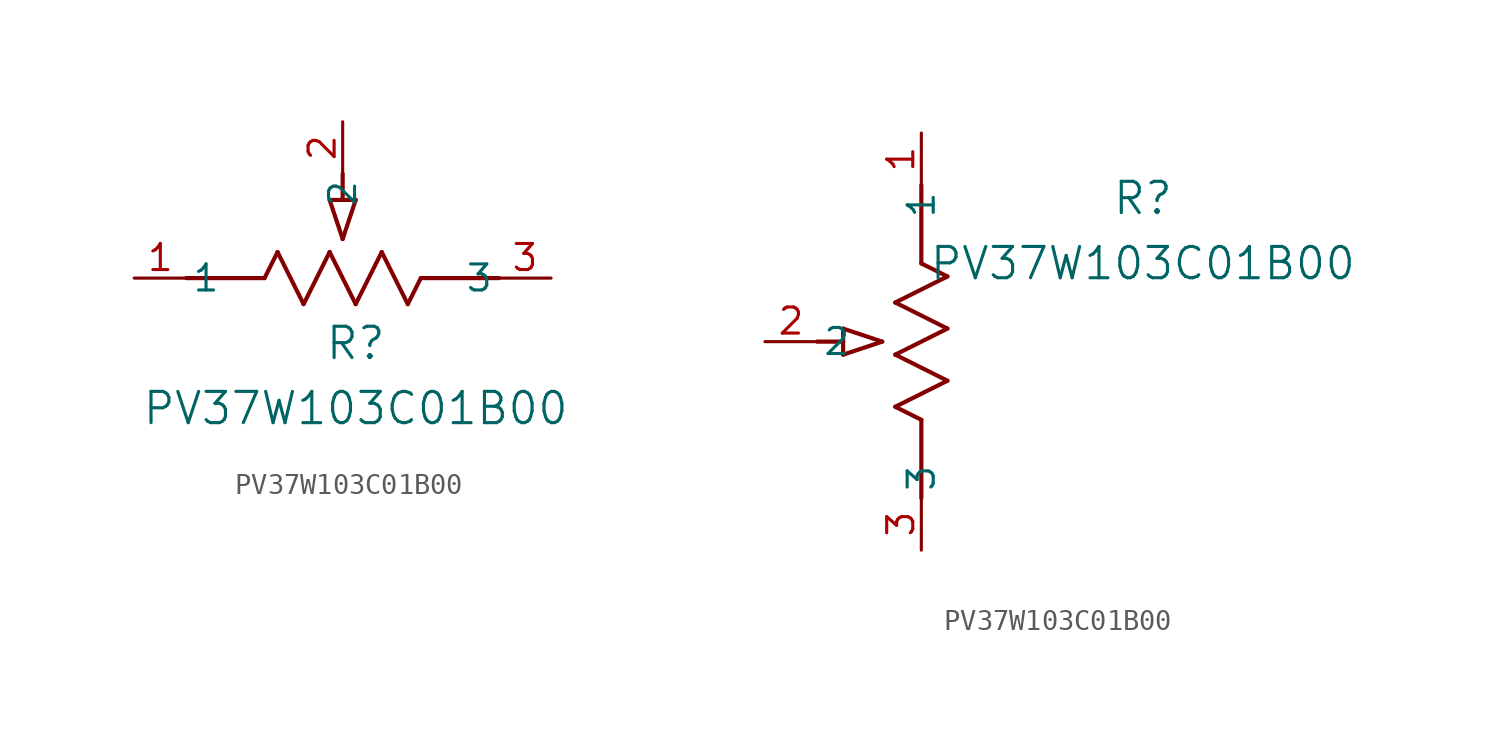
<source format=kicad_sym>
(kicad_symbol_lib
  (version 20211014)
  (generator kicad_symbol_editor)
  (symbol "PV37W103C01B00"
    (pin_names
      (offset 0.254))
    (property "Reference" "R"
      (at 10.795 -3.175 0)
      (effects (font (size 1.524 1.524))))
    (property "Value" "PV37W103C01B00"
      (at 10.795 -6.35 0)
      (effects (font (size 1.524 1.524))))
    (symbol "PV37W103C01B00_1_1"
      (polyline (pts (xy 9.525 3.81) (xy 10.16 1.905)) (stroke (width 0.203) (type default) (color 0 0 0 0)) (fill (type none)))
      (polyline (pts (xy 10.795 3.81) (xy 10.16 1.905)) (stroke (width 0.203) (type default) (color 0 0 0 0)) (fill (type none)))
      (polyline (pts (xy 9.525 3.81) (xy 10.795 3.81)) (stroke (width 0.203) (type default) (color 0 0 0 0)) (fill (type none)))
      (polyline (pts (xy 10.16 3.81) (xy 10.16 5.08)) (stroke (width 0.203) (type default) (color 0 0 0 0)) (fill (type none)))
      (polyline (pts (xy 6.35 0) (xy 6.985 1.27)) (stroke (width 0.203) (type default) (color 0 0 0 0)) (fill (type none)))
      (polyline (pts (xy 9.525 1.27) (xy 10.795 -1.27)) (stroke (width 0.203) (type default) (color 0 0 0 0)) (fill (type none)))
      (polyline (pts (xy 10.795 -1.27) (xy 12.065 1.27)) (stroke (width 0.203) (type default) (color 0 0 0 0)) (fill (type none)))
      (polyline (pts (xy 8.255 -1.27) (xy 9.525 1.27)) (stroke (width 0.203) (type default) (color 0 0 0 0)) (fill (type none)))
      (polyline (pts (xy 6.985 1.27) (xy 8.255 -1.27)) (stroke (width 0.203) (type default) (color 0 0 0 0)) (fill (type none)))
      (polyline (pts (xy 13.335 -1.27) (xy 13.97 0)) (stroke (width 0.203) (type default) (color 0 0 0 0)) (fill (type none)))
      (polyline (pts (xy 13.97 0) (xy 17.78 0)) (stroke (width 0.203) (type default) (color 0 0 0 0)) (fill (type none)))
      (polyline (pts (xy 2.54 0) (xy 6.35 0)) (stroke (width 0.203) (type default) (color 0 0 0 0)) (fill (type none)))
      (polyline (pts (xy 12.065 1.27) (xy 13.335 -1.27)) (stroke (width 0.203) (type default) (color 0 0 0 0)) (fill (type none)))
      (pin unspecified line (at 20.32 0 180) (length 2.54) (name "3" (effects (font (size 1.27 1.27)))) (number "3" (effects (font (size 1.27 1.27)))))
      (pin unspecified line (at 10.16 7.62 270) (length 2.54) (name "2" (effects (font (size 1.27 1.27)))) (number "2" (effects (font (size 1.27 1.27)))))
      (pin unspecified line (at 0 0 0) (length 2.54) (name "1" (effects (font (size 1.27 1.27)))) (number "1" (effects (font (size 1.27 1.27))))))
    (symbol "PV37W103C01B00_1_2"
      (polyline (pts (xy 0 -13.97) (xy -1.27 -13.335)) (stroke (width 0.203) (type default) (color 0 0 0 0)) (fill (type none)))
      (polyline (pts (xy 0 -17.78) (xy 0 -13.97)) (stroke (width 0.203) (type default) (color 0 0 0 0)) (fill (type none)))
      (polyline (pts (xy -3.81 -10.795) (xy -1.905 -10.16)) (stroke (width 0.203) (type default) (color 0 0 0 0)) (fill (type none)))
      (polyline (pts (xy -3.81 -9.525) (xy -1.905 -10.16)) (stroke (width 0.203) (type default) (color 0 0 0 0)) (fill (type none)))
      (polyline (pts (xy -3.81 -10.795) (xy -3.81 -9.525)) (stroke (width 0.203) (type default) (color 0 0 0 0)) (fill (type none)))
      (polyline (pts (xy 1.27 -12.065) (xy -1.27 -10.795)) (stroke (width 0.203) (type default) (color 0 0 0 0)) (fill (type none)))
      (polyline (pts (xy -1.27 -10.795) (xy 1.27 -9.525)) (stroke (width 0.203) (type default) (color 0 0 0 0)) (fill (type none)))
      (polyline (pts (xy 1.27 -9.525) (xy -1.27 -8.255)) (stroke (width 0.203) (type default) (color 0 0 0 0)) (fill (type none)))
      (polyline (pts (xy -1.27 -8.255) (xy 1.27 -6.985)) (stroke (width 0.203) (type default) (color 0 0 0 0)) (fill (type none)))
      (polyline (pts (xy 1.27 -6.985) (xy 0 -6.35)) (stroke (width 0.203) (type default) (color 0 0 0 0)) (fill (type none)))
      (polyline (pts (xy -1.27 -13.335) (xy 1.27 -12.065)) (stroke (width 0.203) (type default) (color 0 0 0 0)) (fill (type none)))
      (polyline (pts (xy 0 -6.35) (xy 0 -2.54)) (stroke (width 0.203) (type default) (color 0 0 0 0)) (fill (type none)))
      (polyline (pts (xy -3.81 -10.16) (xy -5.08 -10.16)) (stroke (width 0.203) (type default) (color 0 0 0 0)) (fill (type none)))
      (pin unspecified line (at 0 -20.32 90) (length 2.54) (name "3" (effects (font (size 1.27 1.27)))) (number "3" (effects (font (size 1.27 1.27)))))
      (pin unspecified line (at -7.62 -10.16 0) (length 2.54) (name "2" (effects (font (size 1.27 1.27)))) (number "2" (effects (font (size 1.27 1.27)))))
      (pin unspecified line (at 0 0 270) (length 2.54) (name "1" (effects (font (size 1.27 1.27)))) (number "1" (effects (font (size 1.27 1.27))))))))
</source>
